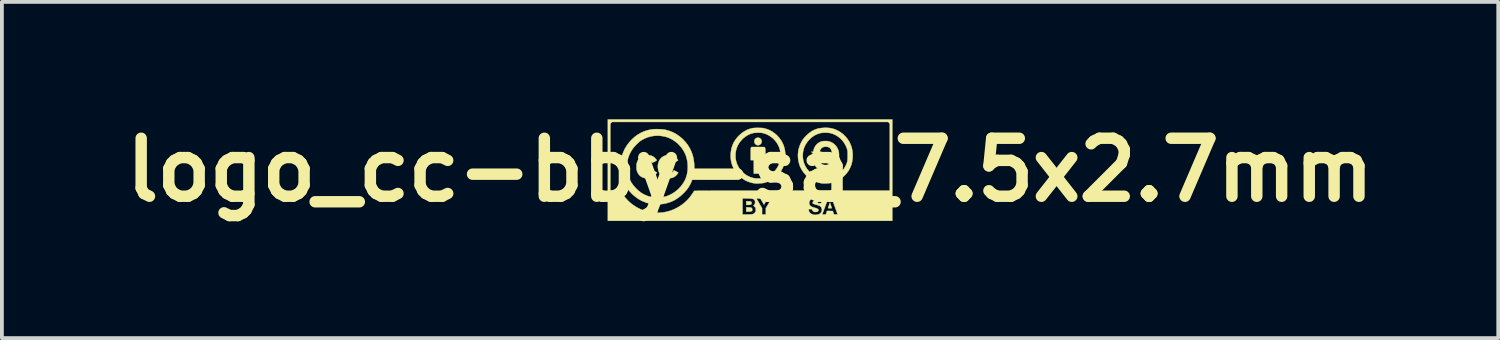
<source format=kicad_pcb>
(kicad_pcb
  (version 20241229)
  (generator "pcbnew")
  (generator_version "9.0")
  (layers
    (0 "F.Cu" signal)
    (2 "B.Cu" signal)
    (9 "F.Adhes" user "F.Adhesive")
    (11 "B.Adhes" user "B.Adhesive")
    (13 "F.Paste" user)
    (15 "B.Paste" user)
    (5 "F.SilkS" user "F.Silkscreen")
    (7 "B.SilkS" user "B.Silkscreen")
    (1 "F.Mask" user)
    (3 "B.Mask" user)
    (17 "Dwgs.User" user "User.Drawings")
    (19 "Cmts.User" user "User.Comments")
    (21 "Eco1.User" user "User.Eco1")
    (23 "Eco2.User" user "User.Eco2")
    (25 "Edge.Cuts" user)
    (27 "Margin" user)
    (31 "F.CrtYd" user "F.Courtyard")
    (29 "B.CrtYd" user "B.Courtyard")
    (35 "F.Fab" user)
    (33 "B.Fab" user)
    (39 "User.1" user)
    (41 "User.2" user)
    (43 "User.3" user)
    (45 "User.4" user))
  (footprint "logo_cc-bby-sa_7.5x2.7mm"
    (layer "F.Cu")
    (at 16.662 1.418)
    (property "Reference" "logo_cc-bby-sa_7.5x2.7mm" (at 0 0 0) (layer "F.SilkS") (effects (font (size 1.524 1.524) (thickness 0.3))))
    (attr through_hole)
    (fp_poly (pts (xy -0.038 0.982) (xy -0.003 0.984) (xy 0.022 0.989) (xy 0.039 0.995) (xy 0.049 1.006) (xy 0.055 1.02) (xy 0.056 1.025) (xy 0.058 1.049) (xy 0.054 1.067) (xy 0.042 1.08) (xy 0.021 1.088) (xy -0.008 1.092) (xy -0.041 1.093) (xy -0.099 1.093) (xy -0.099 0.979) (xy -0.038 0.982)) (stroke (width 0.01) (type solid)) (fill yes) (layer "F.SilkS"))
    (fp_poly (pts (xy -0.04 0.822) (xy -0.013 0.823) (xy 0.005 0.825) (xy 0.016 0.828) (xy 0.024 0.832) (xy 0.03 0.838) (xy 0.04 0.858) (xy 0.04 0.879) (xy 0.031 0.898) (xy 0.025 0.903) (xy 0.016 0.909) (xy 0.005 0.913) (xy -0.011 0.915) (xy -0.035 0.916) (xy -0.045 0.916) (xy -0.099 0.916) (xy -0.099 0.82) (xy -0.04 0.822)) (stroke (width 0.01) (type solid)) (fill yes) (layer "F.SilkS"))
    (fp_poly (pts (xy 2.122 0.923) (xy 2.131 0.95) (xy 2.139 0.973) (xy 2.145 0.989) (xy 2.147 0.997) (xy 2.146 1.001) (xy 2.136 1.003) (xy 2.117 1.004) (xy 2.099 1.004) (xy 2.075 1.004) (xy 2.06 1.003) (xy 2.053 1.001) (xy 2.051 0.997) (xy 2.053 0.991) (xy 2.053 0.991) (xy 2.056 0.98) (xy 2.063 0.961) (xy 2.071 0.937) (xy 2.078 0.917) (xy 2.099 0.857) (xy 2.122 0.923)) (stroke (width 0.01) (type solid)) (fill yes) (layer "F.SilkS"))
    (fp_poly (pts (xy 0.229 -0.848) (xy 0.259 -0.836) (xy 0.28 -0.818) (xy 0.298 -0.789) (xy 0.306 -0.758) (xy 0.304 -0.728) (xy 0.293 -0.7) (xy 0.272 -0.676) (xy 0.249 -0.661) (xy 0.219 -0.651) (xy 0.192 -0.652) (xy 0.163 -0.663) (xy 0.163 -0.664) (xy 0.138 -0.683) (xy 0.121 -0.707) (xy 0.113 -0.735) (xy 0.112 -0.763) (xy 0.119 -0.791) (xy 0.133 -0.815) (xy 0.154 -0.835) (xy 0.182 -0.847) (xy 0.195 -0.849) (xy 0.229 -0.848)) (stroke (width 0.01) (type solid)) (fill yes) (layer "F.SilkS"))
    (fp_poly (pts (xy 0.255 -0.605) (xy 0.293 -0.605) (xy 0.322 -0.605) (xy 0.344 -0.604) (xy 0.359 -0.603) (xy 0.37 -0.602) (xy 0.377 -0.6) (xy 0.382 -0.597) (xy 0.386 -0.593) (xy 0.387 -0.592) (xy 0.391 -0.588) (xy 0.394 -0.583) (xy 0.396 -0.576) (xy 0.398 -0.565) (xy 0.399 -0.55) (xy 0.4 -0.528) (xy 0.401 -0.499) (xy 0.401 -0.46) (xy 0.402 -0.419) (xy 0.403 -0.26) (xy 0.321 -0.26) (xy 0.321 0.095) (xy 0.099 0.095) (xy 0.099 -0.26) (xy 0.018 -0.26) (xy 0.018 -0.419) (xy 0.018 -0.466) (xy 0.018 -0.504) (xy 0.018 -0.532) (xy 0.019 -0.553) (xy 0.02 -0.568) (xy 0.022 -0.578) (xy 0.024 -0.585) (xy 0.028 -0.59) (xy 0.029 -0.592) (xy 0.04 -0.605) (xy 0.207 -0.605) (xy 0.255 -0.605)) (stroke (width 0.01) (type solid)) (fill yes) (layer "F.SilkS"))
    (fp_poly (pts (xy -2.646 -0.388) (xy -2.595 -0.376) (xy -2.551 -0.356) (xy -2.51 -0.326) (xy -2.504 -0.321) (xy -2.488 -0.304) (xy -2.474 -0.287) (xy -2.462 -0.271) (xy -2.454 -0.258) (xy -2.453 -0.252) (xy -2.453 -0.252) (xy -2.46 -0.248) (xy -2.474 -0.24) (xy -2.493 -0.229) (xy -2.514 -0.218) (xy -2.535 -0.207) (xy -2.554 -0.197) (xy -2.566 -0.191) (xy -2.571 -0.189) (xy -2.576 -0.193) (xy -2.585 -0.205) (xy -2.592 -0.215) (xy -2.616 -0.241) (xy -2.647 -0.258) (xy -2.681 -0.265) (xy -2.716 -0.263) (xy -2.742 -0.255) (xy -2.77 -0.235) (xy -2.791 -0.207) (xy -2.806 -0.168) (xy -2.813 -0.121) (xy -2.814 -0.089) (xy -2.811 -0.036) (xy -2.8 0.008) (xy -2.783 0.042) (xy -2.759 0.067) (xy -2.728 0.083) (xy -2.69 0.088) (xy -2.687 0.088) (xy -2.649 0.083) (xy -2.615 0.069) (xy -2.587 0.045) (xy -2.571 0.022) (xy -2.563 0.005) (xy -2.447 0.067) (xy -2.457 0.085) (xy -2.466 0.098) (xy -2.48 0.115) (xy -2.497 0.134) (xy -2.5 0.137) (xy -2.541 0.172) (xy -2.589 0.197) (xy -2.641 0.213) (xy -2.698 0.218) (xy -2.758 0.214) (xy -2.777 0.21) (xy -2.829 0.193) (xy -2.875 0.166) (xy -2.915 0.13) (xy -2.946 0.085) (xy -2.969 0.034) (xy -2.975 0.013) (xy -2.981 -0.016) (xy -2.984 -0.053) (xy -2.984 -0.093) (xy -2.983 -0.133) (xy -2.979 -0.168) (xy -2.975 -0.186) (xy -2.955 -0.24) (xy -2.926 -0.288) (xy -2.888 -0.328) (xy -2.863 -0.346) (xy -2.823 -0.369) (xy -2.78 -0.383) (xy -2.732 -0.39) (xy -2.703 -0.391) (xy -2.646 -0.388)) (stroke (width 0.01) (type solid)) (fill yes) (layer "F.SilkS"))
    (fp_poly (pts (xy -2.108 -0.391) (xy -2.053 -0.381) (xy -2.002 -0.363) (xy -1.956 -0.336) (xy -1.953 -0.333) (xy -1.94 -0.321) (xy -1.924 -0.304) (xy -1.91 -0.286) (xy -1.899 -0.27) (xy -1.892 -0.257) (xy -1.892 -0.255) (xy -1.897 -0.25) (xy -1.91 -0.242) (xy -1.928 -0.231) (xy -1.949 -0.219) (xy -1.971 -0.208) (xy -1.99 -0.198) (xy -2.005 -0.191) (xy -2.013 -0.189) (xy -2.018 -0.194) (xy -2.027 -0.206) (xy -2.033 -0.215) (xy -2.054 -0.239) (xy -2.081 -0.256) (xy -2.112 -0.264) (xy -2.145 -0.265) (xy -2.176 -0.257) (xy -2.204 -0.24) (xy -2.221 -0.222) (xy -2.237 -0.196) (xy -2.247 -0.165) (xy -2.253 -0.126) (xy -2.254 -0.089) (xy -2.251 -0.035) (xy -2.241 0.008) (xy -2.224 0.042) (xy -2.201 0.066) (xy -2.171 0.082) (xy -2.134 0.088) (xy -2.113 0.088) (xy -2.09 0.085) (xy -2.073 0.081) (xy -2.059 0.073) (xy -2.051 0.067) (xy -2.034 0.051) (xy -2.019 0.033) (xy -2.015 0.028) (xy -2.001 0.007) (xy -1.951 0.033) (xy -1.923 0.047) (xy -1.905 0.057) (xy -1.894 0.065) (xy -1.89 0.071) (xy -1.891 0.078) (xy -1.897 0.088) (xy -1.903 0.096) (xy -1.924 0.123) (xy -1.95 0.149) (xy -1.978 0.172) (xy -2.004 0.188) (xy -2.004 0.188) (xy -2.054 0.207) (xy -2.109 0.216) (xy -2.165 0.217) (xy -2.214 0.209) (xy -2.268 0.191) (xy -2.314 0.163) (xy -2.353 0.126) (xy -2.384 0.081) (xy -2.406 0.029) (xy -2.414 -0.003) (xy -2.423 -0.067) (xy -2.422 -0.128) (xy -2.411 -0.185) (xy -2.392 -0.238) (xy -2.364 -0.284) (xy -2.328 -0.324) (xy -2.285 -0.355) (xy -2.268 -0.364) (xy -2.218 -0.383) (xy -2.163 -0.391) (xy -2.108 -0.391)) (stroke (width 0.01) (type solid)) (fill yes) (layer "F.SilkS"))
    (fp_poly (pts (xy 2.025 -0.76) (xy 2.059 -0.756) (xy 2.071 -0.753) (xy 2.126 -0.734) (xy 2.178 -0.706) (xy 2.224 -0.669) (xy 2.264 -0.626) (xy 2.294 -0.578) (xy 2.297 -0.573) (xy 2.313 -0.536) (xy 2.325 -0.503) (xy 2.332 -0.469) (xy 2.337 -0.432) (xy 2.338 -0.387) (xy 2.338 -0.369) (xy 2.338 -0.335) (xy 2.337 -0.309) (xy 2.335 -0.288) (xy 2.332 -0.27) (xy 2.327 -0.25) (xy 2.321 -0.234) (xy 2.296 -0.171) (xy 2.261 -0.117) (xy 2.219 -0.071) (xy 2.168 -0.033) (xy 2.14 -0.017) (xy 2.079 0.007) (xy 2.016 0.02) (xy 1.952 0.022) (xy 1.898 0.014) (xy 1.841 -0.004) (xy 1.79 -0.032) (xy 1.746 -0.069) (xy 1.709 -0.114) (xy 1.681 -0.165) (xy 1.662 -0.223) (xy 1.653 -0.26) (xy 1.833 -0.26) (xy 1.833 -0.245) (xy 1.836 -0.23) (xy 1.841 -0.211) (xy 1.843 -0.208) (xy 1.862 -0.176) (xy 1.889 -0.152) (xy 1.924 -0.137) (xy 1.968 -0.131) (xy 1.982 -0.13) (xy 2.027 -0.134) (xy 2.065 -0.148) (xy 2.096 -0.17) (xy 2.121 -0.203) (xy 2.133 -0.226) (xy 2.145 -0.256) (xy 2.154 -0.287) (xy 2.158 -0.322) (xy 2.16 -0.363) (xy 2.159 -0.396) (xy 2.154 -0.455) (xy 2.143 -0.505) (xy 2.125 -0.545) (xy 2.102 -0.576) (xy 2.071 -0.597) (xy 2.034 -0.61) (xy 2.009 -0.613) (xy 1.961 -0.612) (xy 1.92 -0.602) (xy 1.886 -0.584) (xy 1.86 -0.557) (xy 1.848 -0.536) (xy 1.837 -0.511) (xy 1.834 -0.494) (xy 1.837 -0.483) (xy 1.847 -0.478) (xy 1.854 -0.477) (xy 1.875 -0.476) (xy 1.809 -0.409) (xy 1.743 -0.343) (xy 1.676 -0.411) (xy 1.609 -0.478) (xy 1.657 -0.478) (xy 1.667 -0.518) (xy 1.687 -0.579) (xy 1.716 -0.631) (xy 1.753 -0.676) (xy 1.797 -0.713) (xy 1.848 -0.74) (xy 1.887 -0.753) (xy 1.914 -0.758) (xy 1.949 -0.761) (xy 1.988 -0.761) (xy 2.025 -0.76)) (stroke (width 0.01) (type solid)) (fill yes) (layer "F.SilkS"))
    (fp_poly (pts (xy 0.24 -1.107) (xy 0.28 -1.106) (xy 0.315 -1.104) (xy 0.342 -1.102) (xy 0.353 -1.1) (xy 0.437 -1.077) (xy 0.513 -1.047) (xy 0.582 -1.01) (xy 0.648 -0.963) (xy 0.703 -0.915) (xy 0.767 -0.846) (xy 0.82 -0.772) (xy 0.862 -0.693) (xy 0.895 -0.609) (xy 0.916 -0.52) (xy 0.927 -0.426) (xy 0.928 -0.377) (xy 0.923 -0.282) (xy 0.907 -0.192) (xy 0.88 -0.106) (xy 0.859 -0.056) (xy 0.816 0.021) (xy 0.763 0.091) (xy 0.702 0.156) (xy 0.634 0.213) (xy 0.56 0.261) (xy 0.48 0.301) (xy 0.397 0.33) (xy 0.368 0.338) (xy 0.345 0.342) (xy 0.314 0.345) (xy 0.279 0.348) (xy 0.241 0.351) (xy 0.204 0.353) (xy 0.171 0.353) (xy 0.144 0.353) (xy 0.128 0.351) (xy 0.115 0.349) (xy 0.095 0.346) (xy 0.073 0.342) (xy 0.039 0.334) (xy -0.001 0.323) (xy -0.044 0.308) (xy -0.085 0.291) (xy -0.12 0.275) (xy -0.131 0.269) (xy -0.2 0.224) (xy -0.265 0.17) (xy -0.326 0.108) (xy -0.38 0.04) (xy -0.425 -0.03) (xy -0.431 -0.041) (xy -0.464 -0.113) (xy -0.488 -0.186) (xy -0.503 -0.264) (xy -0.509 -0.347) (xy -0.51 -0.381) (xy -0.509 -0.397) (xy -0.385 -0.397) (xy -0.382 -0.317) (xy -0.368 -0.238) (xy -0.344 -0.161) (xy -0.31 -0.088) (xy -0.265 -0.02) (xy -0.258 -0.011) (xy -0.201 0.054) (xy -0.137 0.108) (xy -0.069 0.152) (xy 0.004 0.186) (xy 0.08 0.21) (xy 0.159 0.222) (xy 0.241 0.223) (xy 0.31 0.215) (xy 0.388 0.196) (xy 0.462 0.166) (xy 0.531 0.127) (xy 0.594 0.08) (xy 0.65 0.025) (xy 0.699 -0.037) (xy 0.739 -0.105) (xy 0.77 -0.178) (xy 0.79 -0.248) (xy 0.796 -0.29) (xy 0.799 -0.338) (xy 0.799 -0.391) (xy 0.797 -0.443) (xy 0.792 -0.491) (xy 0.785 -0.533) (xy 0.783 -0.54) (xy 0.757 -0.616) (xy 0.72 -0.688) (xy 0.675 -0.753) (xy 0.622 -0.813) (xy 0.561 -0.865) (xy 0.495 -0.909) (xy 0.424 -0.943) (xy 0.349 -0.968) (xy 0.315 -0.975) (xy 0.279 -0.979) (xy 0.236 -0.982) (xy 0.189 -0.981) (xy 0.144 -0.979) (xy 0.103 -0.975) (xy 0.087 -0.972) (xy 0.013 -0.951) (xy -0.058 -0.919) (xy -0.125 -0.877) (xy -0.187 -0.827) (xy -0.242 -0.768) (xy -0.29 -0.703) (xy -0.33 -0.632) (xy -0.359 -0.555) (xy -0.377 -0.477) (xy -0.385 -0.397) (xy -0.509 -0.397) (xy -0.504 -0.475) (xy -0.489 -0.565) (xy -0.462 -0.649) (xy -0.426 -0.729) (xy -0.378 -0.804) (xy -0.319 -0.877) (xy -0.295 -0.901) (xy -0.226 -0.964) (xy -0.153 -1.015) (xy -0.076 -1.056) (xy 0.005 -1.086) (xy 0.061 -1.099) (xy 0.085 -1.103) (xy 0.118 -1.105) (xy 0.156 -1.107) (xy 0.198 -1.107) (xy 0.24 -1.107)) (stroke (width 0.01) (type solid)) (fill yes) (layer "F.SilkS"))
    (fp_poly (pts (xy 2.075 -1.106) (xy 2.131 -1.097) (xy 2.186 -1.083) (xy 2.215 -1.074) (xy 2.291 -1.043) (xy 2.363 -1.002) (xy 2.432 -0.952) (xy 2.495 -0.893) (xy 2.551 -0.828) (xy 2.599 -0.757) (xy 2.614 -0.73) (xy 2.644 -0.666) (xy 2.666 -0.604) (xy 2.682 -0.541) (xy 2.692 -0.472) (xy 2.696 -0.413) (xy 2.695 -0.316) (xy 2.683 -0.223) (xy 2.661 -0.136) (xy 2.628 -0.055) (xy 2.586 0.022) (xy 2.532 0.093) (xy 2.468 0.16) (xy 2.457 0.17) (xy 2.383 0.228) (xy 2.304 0.276) (xy 2.221 0.313) (xy 2.137 0.338) (xy 2.108 0.343) (xy 2.071 0.347) (xy 2.03 0.35) (xy 1.986 0.352) (xy 1.945 0.352) (xy 1.907 0.352) (xy 1.878 0.349) (xy 1.874 0.348) (xy 1.784 0.329) (xy 1.7 0.298) (xy 1.621 0.258) (xy 1.547 0.206) (xy 1.477 0.144) (xy 1.462 0.129) (xy 1.403 0.06) (xy 1.355 -0.011) (xy 1.317 -0.085) (xy 1.289 -0.163) (xy 1.27 -0.248) (xy 1.261 -0.312) (xy 1.258 -0.402) (xy 1.259 -0.412) (xy 1.385 -0.412) (xy 1.386 -0.332) (xy 1.397 -0.253) (xy 1.419 -0.177) (xy 1.45 -0.104) (xy 1.491 -0.036) (xy 1.496 -0.03) (xy 1.553 0.038) (xy 1.616 0.096) (xy 1.684 0.143) (xy 1.758 0.181) (xy 1.837 0.207) (xy 1.876 0.216) (xy 1.911 0.221) (xy 1.953 0.222) (xy 1.999 0.222) (xy 2.045 0.219) (xy 2.087 0.214) (xy 2.121 0.207) (xy 2.196 0.182) (xy 2.266 0.148) (xy 2.332 0.104) (xy 2.385 0.058) (xy 2.434 0.007) (xy 2.474 -0.044) (xy 2.507 -0.1) (xy 2.514 -0.115) (xy 2.531 -0.152) (xy 2.544 -0.184) (xy 2.553 -0.215) (xy 2.559 -0.248) (xy 2.563 -0.284) (xy 2.565 -0.327) (xy 2.566 -0.378) (xy 2.565 -0.43) (xy 2.563 -0.472) (xy 2.559 -0.509) (xy 2.553 -0.541) (xy 2.543 -0.572) (xy 2.53 -0.605) (xy 2.513 -0.643) (xy 2.511 -0.647) (xy 2.472 -0.715) (xy 2.424 -0.778) (xy 2.368 -0.834) (xy 2.306 -0.883) (xy 2.239 -0.923) (xy 2.169 -0.953) (xy 2.115 -0.969) (xy 2.058 -0.978) (xy 1.996 -0.982) (xy 1.932 -0.981) (xy 1.871 -0.974) (xy 1.831 -0.966) (xy 1.759 -0.941) (xy 1.69 -0.907) (xy 1.625 -0.862) (xy 1.566 -0.81) (xy 1.513 -0.75) (xy 1.468 -0.684) (xy 1.431 -0.613) (xy 1.415 -0.57) (xy 1.395 -0.492) (xy 1.385 -0.412) (xy 1.259 -0.412) (xy 1.266 -0.491) (xy 1.285 -0.58) (xy 1.315 -0.665) (xy 1.354 -0.747) (xy 1.385 -0.796) (xy 1.425 -0.848) (xy 1.473 -0.9) (xy 1.526 -0.949) (xy 1.581 -0.993) (xy 1.637 -1.028) (xy 1.655 -1.038) (xy 1.709 -1.063) (xy 1.761 -1.082) (xy 1.815 -1.095) (xy 1.874 -1.104) (xy 1.94 -1.108) (xy 1.948 -1.109) (xy 2.015 -1.109) (xy 2.075 -1.106)) (stroke (width 0.01) (type solid)) (fill yes) (layer "F.SilkS"))
    (fp_poly (pts (xy -2.432 -1.074) (xy -2.381 -1.073) (xy -2.331 -1.07) (xy -2.285 -1.066) (xy -2.246 -1.061) (xy -2.229 -1.058) (xy -2.128 -1.03) (xy -2.032 -0.993) (xy -1.942 -0.945) (xy -1.857 -0.887) (xy -1.779 -0.821) (xy -1.703 -0.742) (xy -1.638 -0.658) (xy -1.583 -0.57) (xy -1.539 -0.477) (xy -1.505 -0.379) (xy -1.482 -0.275) (xy -1.469 -0.167) (xy -1.467 -0.13) (xy -1.468 -0.024) (xy -1.477 0.076) (xy -1.495 0.171) (xy -1.523 0.262) (xy -1.56 0.35) (xy -1.569 0.368) (xy -1.601 0.426) (xy -1.635 0.479) (xy -1.674 0.53) (xy -1.721 0.582) (xy -1.746 0.608) (xy -1.827 0.683) (xy -1.911 0.746) (xy -1.999 0.799) (xy -2.092 0.84) (xy -2.189 0.871) (xy -2.272 0.889) (xy -2.308 0.894) (xy -2.352 0.897) (xy -2.4 0.9) (xy -2.447 0.901) (xy -2.492 0.901) (xy -2.53 0.899) (xy -2.542 0.898) (xy -2.647 0.88) (xy -2.748 0.851) (xy -2.843 0.812) (xy -2.934 0.761) (xy -3.019 0.7) (xy -3.092 0.637) (xy -3.169 0.555) (xy -3.235 0.471) (xy -3.29 0.383) (xy -3.334 0.292) (xy -3.367 0.197) (xy -3.39 0.096) (xy -3.403 -0.009) (xy -3.405 -0.115) (xy -3.233 -0.115) (xy -3.231 -0.016) (xy -3.219 0.077) (xy -3.196 0.166) (xy -3.163 0.251) (xy -3.119 0.331) (xy -3.064 0.409) (xy -2.997 0.483) (xy -2.996 0.485) (xy -2.925 0.55) (xy -2.853 0.604) (xy -2.777 0.647) (xy -2.698 0.681) (xy -2.614 0.705) (xy -2.601 0.708) (xy -2.573 0.714) (xy -2.547 0.719) (xy -2.527 0.722) (xy -2.52 0.723) (xy -2.494 0.724) (xy -2.461 0.725) (xy -2.423 0.724) (xy -2.383 0.722) (xy -2.344 0.719) (xy -2.31 0.716) (xy -2.284 0.713) (xy -2.28 0.712) (xy -2.192 0.688) (xy -2.106 0.653) (xy -2.025 0.608) (xy -1.948 0.555) (xy -1.878 0.494) (xy -1.815 0.426) (xy -1.76 0.352) (xy -1.714 0.273) (xy -1.688 0.213) (xy -1.662 0.133) (xy -1.645 0.047) (xy -1.637 -0.042) (xy -1.638 -0.133) (xy -1.647 -0.223) (xy -1.665 -0.311) (xy -1.691 -0.393) (xy -1.696 -0.405) (xy -1.736 -0.488) (xy -1.786 -0.566) (xy -1.844 -0.638) (xy -1.909 -0.703) (xy -1.981 -0.76) (xy -2.058 -0.809) (xy -2.14 -0.848) (xy -2.224 -0.876) (xy -2.23 -0.877) (xy -2.325 -0.895) (xy -2.42 -0.903) (xy -2.514 -0.899) (xy -2.606 -0.884) (xy -2.696 -0.859) (xy -2.781 -0.823) (xy -2.862 -0.777) (xy -2.885 -0.762) (xy -2.916 -0.737) (xy -2.951 -0.705) (xy -2.988 -0.669) (xy -3.025 -0.63) (xy -3.058 -0.592) (xy -3.085 -0.557) (xy -3.093 -0.546) (xy -3.141 -0.467) (xy -3.178 -0.389) (xy -3.206 -0.309) (xy -3.223 -0.225) (xy -3.232 -0.136) (xy -3.233 -0.115) (xy -3.405 -0.115) (xy -3.405 -0.12) (xy -3.403 -0.161) (xy -3.392 -0.264) (xy -3.369 -0.365) (xy -3.335 -0.463) (xy -3.291 -0.558) (xy -3.236 -0.648) (xy -3.171 -0.733) (xy -3.12 -0.79) (xy -3.041 -0.863) (xy -2.957 -0.926) (xy -2.868 -0.978) (xy -2.775 -1.019) (xy -2.677 -1.049) (xy -2.576 -1.069) (xy -2.564 -1.07) (xy -2.527 -1.073) (xy -2.482 -1.074) (xy -2.432 -1.074)) (stroke (width 0.01) (type solid)) (fill yes) (layer "F.SilkS"))
    (fp_poly (pts (xy 3.737 1.335) (xy -3.737 1.335) (xy -3.737 1.17) (xy -0.199 1.17) (xy -0.069 1.169) (xy -0.026 1.168) (xy 0.007 1.167) (xy 0.031 1.166) (xy 0.049 1.165) (xy 0.062 1.162) (xy 0.072 1.16) (xy 0.081 1.156) (xy 0.085 1.154) (xy 0.112 1.135) (xy 0.134 1.112) (xy 0.146 1.091) (xy 0.151 1.068) (xy 0.151 1.039) (xy 0.148 1.012) (xy 0.144 0.996) (xy 0.134 0.98) (xy 0.118 0.962) (xy 0.102 0.949) (xy 0.092 0.944) (xy 0.091 0.938) (xy 0.099 0.927) (xy 0.103 0.924) (xy 0.121 0.899) (xy 0.131 0.87) (xy 0.133 0.839) (xy 0.127 0.809) (xy 0.114 0.786) (xy 0.103 0.775) (xy 0.091 0.766) (xy 0.076 0.759) (xy 0.057 0.754) (xy 0.032 0.75) (xy 0.02 0.749) (xy 0.169 0.749) (xy 0.172 0.756) (xy 0.18 0.771) (xy 0.193 0.793) (xy 0.209 0.821) (xy 0.228 0.853) (xy 0.242 0.879) (xy 0.315 1.002) (xy 0.315 1.17) (xy 0.415 1.17) (xy 0.415 1.036) (xy 1.537 1.036) (xy 1.538 1.043) (xy 1.542 1.06) (xy 1.545 1.074) (xy 1.556 1.103) (xy 1.578 1.129) (xy 1.607 1.151) (xy 1.643 1.168) (xy 1.664 1.174) (xy 1.696 1.178) (xy 1.734 1.178) (xy 1.77 1.174) (xy 1.799 1.166) (xy 1.802 1.165) (xy 1.898 1.165) (xy 1.903 1.167) (xy 1.917 1.169) (xy 1.938 1.17) (xy 1.944 1.17) (xy 1.99 1.17) (xy 2.002 1.137) (xy 2.01 1.117) (xy 2.016 1.098) (xy 2.018 1.09) (xy 2.022 1.075) (xy 2.098 1.076) (xy 2.174 1.078) (xy 2.189 1.122) (xy 2.204 1.167) (xy 2.252 1.168) (xy 2.274 1.169) (xy 2.291 1.168) (xy 2.3 1.166) (xy 2.301 1.165) (xy 2.299 1.159) (xy 2.293 1.143) (xy 2.284 1.118) (xy 2.273 1.086) (xy 2.259 1.048) (xy 2.243 1.005) (xy 2.226 0.958) (xy 2.225 0.954) (xy 2.208 0.908) (xy 2.192 0.865) (xy 2.178 0.826) (xy 2.166 0.794) (xy 2.157 0.769) (xy 2.151 0.753) (xy 2.149 0.746) (xy 2.149 0.746) (xy 2.143 0.745) (xy 2.129 0.745) (xy 2.109 0.745) (xy 2.101 0.746) (xy 2.052 0.747) (xy 1.975 0.954) (xy 1.958 1.001) (xy 1.942 1.044) (xy 1.928 1.083) (xy 1.916 1.115) (xy 1.906 1.141) (xy 1.9 1.158) (xy 1.898 1.165) (xy 1.898 1.165) (xy 1.802 1.165) (xy 1.833 1.15) (xy 1.858 1.127) (xy 1.872 1.107) (xy 1.885 1.073) (xy 1.889 1.039) (xy 1.882 1.005) (xy 1.866 0.975) (xy 1.842 0.951) (xy 1.839 0.948) (xy 1.825 0.941) (xy 1.803 0.932) (xy 1.775 0.923) (xy 1.745 0.913) (xy 1.743 0.913) (xy 1.708 0.903) (xy 1.682 0.895) (xy 1.665 0.888) (xy 1.655 0.883) (xy 1.649 0.877) (xy 1.647 0.869) (xy 1.647 0.862) (xy 1.65 0.839) (xy 1.662 0.824) (xy 1.681 0.815) (xy 1.707 0.812) (xy 1.732 0.816) (xy 1.754 0.825) (xy 1.771 0.838) (xy 1.78 0.854) (xy 1.781 0.86) (xy 1.782 0.867) (xy 1.785 0.871) (xy 1.794 0.873) (xy 1.81 0.874) (xy 1.828 0.874) (xy 1.851 0.874) (xy 1.865 0.873) (xy 1.872 0.871) (xy 1.874 0.866) (xy 1.874 0.859) (xy 1.87 0.836) (xy 1.86 0.811) (xy 1.844 0.788) (xy 1.84 0.784) (xy 1.82 0.765) (xy 1.797 0.752) (xy 1.768 0.744) (xy 1.732 0.74) (xy 1.721 0.74) (xy 1.694 0.739) (xy 1.675 0.739) (xy 1.66 0.741) (xy 1.646 0.746) (xy 1.629 0.754) (xy 1.627 0.755) (xy 1.594 0.776) (xy 1.572 0.8) (xy 1.559 0.829) (xy 1.554 0.856) (xy 1.555 0.888) (xy 1.564 0.916) (xy 1.581 0.939) (xy 1.608 0.958) (xy 1.645 0.975) (xy 1.689 0.989) (xy 1.729 1.001) (xy 1.759 1.012) (xy 1.78 1.023) (xy 1.792 1.035) (xy 1.798 1.048) (xy 1.797 1.063) (xy 1.796 1.066) (xy 1.786 1.082) (xy 1.766 1.095) (xy 1.738 1.102) (xy 1.729 1.103) (xy 1.695 1.101) (xy 1.667 1.091) (xy 1.646 1.073) (xy 1.635 1.053) (xy 1.627 1.028) (xy 1.581 1.028) (xy 1.558 1.028) (xy 1.545 1.029) (xy 1.539 1.031) (xy 1.537 1.036) (xy 0.415 1.036) (xy 0.415 1.003) (xy 0.488 0.88) (xy 0.508 0.845) (xy 0.526 0.814) (xy 0.541 0.787) (xy 0.552 0.767) (xy 0.559 0.754) (xy 0.561 0.75) (xy 0.555 0.747) (xy 0.538 0.745) (xy 0.511 0.746) (xy 0.51 0.746) (xy 0.46 0.747) (xy 0.413 0.829) (xy 0.366 0.911) (xy 0.319 0.829) (xy 0.271 0.747) (xy 0.22 0.746) (xy 0.197 0.745) (xy 0.179 0.746) (xy 0.17 0.748) (xy 0.169 0.749) (xy 0.02 0.749) (xy -0.001 0.748) (xy -0.043 0.746) (xy -0.074 0.746) (xy -0.199 0.743) (xy -0.199 1.17) (xy -3.737 1.17) (xy -3.737 -1.218) (xy -3.673 -1.218) (xy -3.673 0.543) (xy -3.406 0.543) (xy -3.382 0.584) (xy -3.343 0.644) (xy -3.296 0.706) (xy -3.243 0.767) (xy -3.188 0.824) (xy -3.133 0.873) (xy -3.13 0.876) (xy -3.037 0.944) (xy -2.94 1.001) (xy -2.839 1.048) (xy -2.733 1.084) (xy -2.624 1.108) (xy -2.512 1.122) (xy -2.398 1.124) (xy -2.295 1.116) (xy -2.195 1.098) (xy -2.094 1.07) (xy -1.995 1.031) (xy -1.899 0.982) (xy -1.807 0.924) (xy -1.721 0.857) (xy -1.711 0.848) (xy -1.684 0.823) (xy -1.653 0.794) (xy -1.625 0.764) (xy -1.61 0.747) (xy -1.594 0.727) (xy -1.575 0.703) (xy -1.554 0.675) (xy -1.533 0.647) (xy -1.514 0.619) (xy -1.497 0.593) (xy -1.483 0.572) (xy -1.474 0.556) (xy -1.471 0.549) (xy -1.466 0.549) (xy -1.448 0.548) (xy -1.42 0.548) (xy -1.38 0.547) (xy -1.328 0.547) (xy -1.266 0.547) (xy -1.194 0.546) (xy -1.11 0.546) (xy -1.016 0.545) (xy -0.911 0.545) (xy -0.797 0.545) (xy -0.672 0.545) (xy -0.537 0.544) (xy -0.392 0.544) (xy -0.238 0.544) (xy -0.074 0.544) (xy 0.099 0.544) (xy 0.281 0.544) (xy 0.473 0.544) (xy 0.673 0.543) (xy 0.883 0.543) (xy 1.101 0.543) (xy 3.673 0.543) (xy 3.673 -1.218) (xy 3.65 -1.241) (xy 3.627 -1.264) (xy -3.627 -1.264) (xy -3.65 -1.241) (xy -3.673 -1.218) (xy -3.737 -1.218) (xy -3.737 -1.329) (xy 3.737 -1.329) (xy 3.737 1.335)) (stroke (width 0.01) (type solid)) (fill yes) (layer "F.SilkS")))
  (gr_rect
    (start -3 -3)
    (end 36.325 5.836)
    (stroke (width 0.1) (type default))
    (fill no)
    (layer "Edge.Cuts")))
</source>
